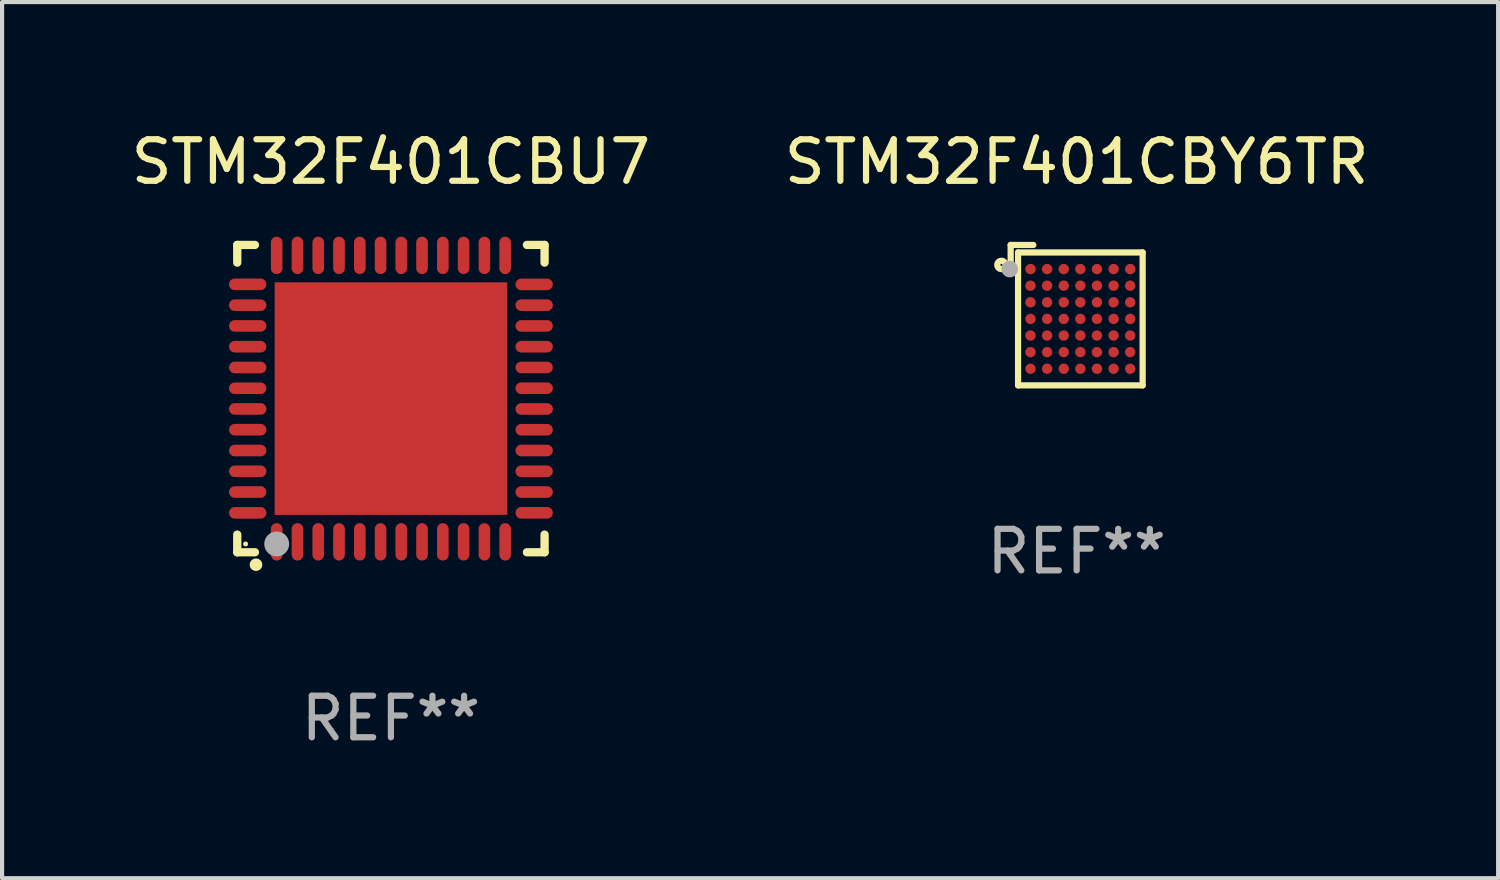
<source format=kicad_pcb>
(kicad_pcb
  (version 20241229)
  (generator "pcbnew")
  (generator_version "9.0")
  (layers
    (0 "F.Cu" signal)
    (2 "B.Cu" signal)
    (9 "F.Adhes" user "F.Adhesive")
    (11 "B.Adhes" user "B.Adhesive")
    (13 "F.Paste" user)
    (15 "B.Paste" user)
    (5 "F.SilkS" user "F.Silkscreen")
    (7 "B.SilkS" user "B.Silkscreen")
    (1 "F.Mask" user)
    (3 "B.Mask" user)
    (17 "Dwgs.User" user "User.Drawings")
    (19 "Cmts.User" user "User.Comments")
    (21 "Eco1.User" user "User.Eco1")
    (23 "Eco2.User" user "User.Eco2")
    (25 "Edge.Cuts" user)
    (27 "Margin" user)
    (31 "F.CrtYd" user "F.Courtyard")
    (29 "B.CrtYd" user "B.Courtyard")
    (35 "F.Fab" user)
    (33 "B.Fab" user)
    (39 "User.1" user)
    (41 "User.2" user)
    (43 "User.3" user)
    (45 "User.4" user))
  (footprint "STM32F401CBU7"
    (layer "F.Cu")
    (at 6.363 6.548)
    (property "Reference" "STM32F401CBU7" (at 0 -5.7 0) (layer "F.SilkS") (effects (font (size 1 1) (thickness 0.15))))
    (attr through_hole)
    (fp_line (start -3.7 -3.7) (end -3.275 -3.7) (stroke (width 0.2) (type solid)) (layer "F.SilkS"))
    (fp_line (start -3.7 -3.275) (end -3.7 -3.7) (stroke (width 0.2) (type solid)) (layer "F.SilkS"))
    (fp_line (start -3.7 3.7) (end -3.7 3.275) (stroke (width 0.2) (type solid)) (layer "F.SilkS"))
    (fp_line (start -3.275 3.7) (end -3.7 3.7) (stroke (width 0.2) (type solid)) (layer "F.SilkS"))
    (fp_line (start 3.7 -3.7) (end 3.275 -3.7) (stroke (width 0.2) (type solid)) (layer "F.SilkS"))
    (fp_line (start 3.7 -3.275) (end 3.7 -3.7) (stroke (width 0.2) (type solid)) (layer "F.SilkS"))
    (fp_line (start 3.7 3.275) (end 3.7 3.7) (stroke (width 0.2) (type solid)) (layer "F.SilkS"))
    (fp_line (start 3.7 3.7) (end 3.275 3.7) (stroke (width 0.2) (type solid)) (layer "F.SilkS"))
    (fp_arc (start -3.249936 3.999975) (mid -3.248666 3.99997) (end -3.247396 3.999975) (stroke (width 0.3) (type solid)) (layer "F.SilkS"))
    (fp_circle (center -3.5 3.5) (end -3.47 3.5) (stroke (width 0.06) (type solid)) (fill no) (layer "F.SilkS"))
    (fp_circle (center -2.75 3.5) (end -2.6 3.5) (stroke (width 0.3) (type solid)) (fill no) (layer "F.Fab"))
    (fp_text user "REF**" (at 0 7.7 0) (layer "F.Fab") (effects (font (size 1 1) (thickness 0.15))))
    (pad "1" smd oval (at -2.751 3.449) (size 0.28 0.9) (layers "F.Cu" "F.Mask" "F.Paste"))
    (pad "2" smd oval (at -2.25 3.449) (size 0.28 0.9) (layers "F.Cu" "F.Mask" "F.Paste"))
    (pad "3" smd oval (at -1.75 3.449) (size 0.28 0.9) (layers "F.Cu" "F.Mask" "F.Paste"))
    (pad "4" smd oval (at -1.25 3.449) (size 0.28 0.9) (layers "F.Cu" "F.Mask" "F.Paste"))
    (pad "5" smd oval (at -0.749 3.449) (size 0.28 0.9) (layers "F.Cu" "F.Mask" "F.Paste"))
    (pad "6" smd oval (at -0.249 3.449) (size 0.28 0.9) (layers "F.Cu" "F.Mask" "F.Paste"))
    (pad "7" smd oval (at 0.249 3.449) (size 0.28 0.9) (layers "F.Cu" "F.Mask" "F.Paste"))
    (pad "8" smd oval (at 0.749 3.449) (size 0.28 0.9) (layers "F.Cu" "F.Mask" "F.Paste"))
    (pad "9" smd oval (at 1.25 3.449) (size 0.28 0.9) (layers "F.Cu" "F.Mask" "F.Paste"))
    (pad "10" smd oval (at 1.75 3.449) (size 0.28 0.9) (layers "F.Cu" "F.Mask" "F.Paste"))
    (pad "11" smd oval (at 2.251 3.449) (size 0.28 0.9) (layers "F.Cu" "F.Mask" "F.Paste"))
    (pad "12" smd oval (at 2.751 3.449) (size 0.28 0.9) (layers "F.Cu" "F.Mask" "F.Paste"))
    (pad "13" smd oval (at 3.449 2.75) (size 0.9 0.28) (layers "F.Cu" "F.Mask" "F.Paste"))
    (pad "14" smd oval (at 3.449 2.25) (size 0.9 0.28) (layers "F.Cu" "F.Mask" "F.Paste"))
    (pad "15" smd oval (at 3.449 1.75) (size 0.9 0.28) (layers "F.Cu" "F.Mask" "F.Paste"))
    (pad "16" smd oval (at 3.449 1.25) (size 0.9 0.28) (layers "F.Cu" "F.Mask" "F.Paste"))
    (pad "17" smd oval (at 3.449 0.75) (size 0.9 0.28) (layers "F.Cu" "F.Mask" "F.Paste"))
    (pad "18" smd oval (at 3.449 0.25) (size 0.9 0.28) (layers "F.Cu" "F.Mask" "F.Paste"))
    (pad "19" smd oval (at 3.449 -0.25) (size 0.9 0.28) (layers "F.Cu" "F.Mask" "F.Paste"))
    (pad "20" smd oval (at 3.449 -0.75) (size 0.9 0.28) (layers "F.Cu" "F.Mask" "F.Paste"))
    (pad "21" smd oval (at 3.449 -1.25) (size 0.9 0.28) (layers "F.Cu" "F.Mask" "F.Paste"))
    (pad "22" smd oval (at 3.449 -1.75) (size 0.9 0.28) (layers "F.Cu" "F.Mask" "F.Paste"))
    (pad "23" smd oval (at 3.449 -2.25) (size 0.9 0.28) (layers "F.Cu" "F.Mask" "F.Paste"))
    (pad "24" smd oval (at 3.449 -2.75) (size 0.9 0.28) (layers "F.Cu" "F.Mask" "F.Paste"))
    (pad "25" smd oval (at 2.751 -3.449) (size 0.28 0.9) (layers "F.Cu" "F.Mask" "F.Paste"))
    (pad "26" smd oval (at 2.251 -3.449) (size 0.28 0.9) (layers "F.Cu" "F.Mask" "F.Paste"))
    (pad "27" smd oval (at 1.75 -3.449) (size 0.28 0.9) (layers "F.Cu" "F.Mask" "F.Paste"))
    (pad "28" smd oval (at 1.25 -3.449) (size 0.28 0.9) (layers "F.Cu" "F.Mask" "F.Paste"))
    (pad "29" smd oval (at 0.749 -3.449) (size 0.28 0.9) (layers "F.Cu" "F.Mask" "F.Paste"))
    (pad "30" smd oval (at 0.249 -3.449) (size 0.28 0.9) (layers "F.Cu" "F.Mask" "F.Paste"))
    (pad "31" smd oval (at -0.249 -3.449) (size 0.28 0.9) (layers "F.Cu" "F.Mask" "F.Paste"))
    (pad "32" smd oval (at -0.749 -3.449) (size 0.28 0.9) (layers "F.Cu" "F.Mask" "F.Paste"))
    (pad "33" smd oval (at -1.25 -3.449) (size 0.28 0.9) (layers "F.Cu" "F.Mask" "F.Paste"))
    (pad "34" smd oval (at -1.75 -3.449) (size 0.28 0.9) (layers "F.Cu" "F.Mask" "F.Paste"))
    (pad "35" smd oval (at -2.25 -3.449) (size 0.28 0.9) (layers "F.Cu" "F.Mask" "F.Paste"))
    (pad "36" smd oval (at -2.751 -3.449) (size 0.28 0.9) (layers "F.Cu" "F.Mask" "F.Paste"))
    (pad "37" smd oval (at -3.449 -2.751) (size 0.9 0.28) (layers "F.Cu" "F.Mask" "F.Paste"))
    (pad "38" smd oval (at -3.449 -2.25) (size 0.9 0.28) (layers "F.Cu" "F.Mask" "F.Paste"))
    (pad "39" smd oval (at -3.449 -1.75) (size 0.9 0.28) (layers "F.Cu" "F.Mask" "F.Paste"))
    (pad "40" smd oval (at -3.449 -1.25) (size 0.9 0.28) (layers "F.Cu" "F.Mask" "F.Paste"))
    (pad "41" smd oval (at -3.449 -0.749) (size 0.9 0.28) (layers "F.Cu" "F.Mask" "F.Paste"))
    (pad "42" smd oval (at -3.449 -0.249) (size 0.9 0.28) (layers "F.Cu" "F.Mask" "F.Paste"))
    (pad "43" smd oval (at -3.449 0.249) (size 0.9 0.28) (layers "F.Cu" "F.Mask" "F.Paste"))
    (pad "44" smd oval (at -3.449 0.749) (size 0.9 0.28) (layers "F.Cu" "F.Mask" "F.Paste"))
    (pad "45" smd oval (at -3.449 1.25) (size 0.9 0.28) (layers "F.Cu" "F.Mask" "F.Paste"))
    (pad "46" smd oval (at -3.449 1.75) (size 0.9 0.28) (layers "F.Cu" "F.Mask" "F.Paste"))
    (pad "47" smd oval (at -3.449 2.25) (size 0.9 0.28) (layers "F.Cu" "F.Mask" "F.Paste"))
    (pad "48" smd oval (at -3.449 2.751) (size 0.9 0.28) (layers "F.Cu" "F.Mask" "F.Paste"))
    (pad "49" smd rect (at 0.000076 -0.000025) (size 5.6 5.6) (layers "F.Cu" "F.Mask" "F.Paste")))
  (footprint "STM32F401CBY6TR"
    (layer "F.Cu")
    (at 22.875 4.539)
    (property "Reference" "STM32F401CBY6TR" (at 0 -3.69 0) (layer "F.SilkS") (effects (font (size 1 1) (thickness 0.15))))
    (attr through_hole)
    (fp_line (start -1.589 -1.69) (end -1.589 -1.18) (stroke (width 0.15) (type solid)) (layer "F.SilkS"))
    (fp_line (start -1.411 -1.51) (end -1.411 1.69) (stroke (width 0.15) (type solid)) (layer "F.SilkS"))
    (fp_line (start -1.411 1.69) (end 1.589 1.69) (stroke (width 0.15) (type solid)) (layer "F.SilkS"))
    (fp_line (start -1.411 -1.51) (end 1.589 -1.51) (stroke (width 0.15) (type solid)) (layer "F.SilkS"))
    (fp_line (start -1.043 -1.69) (end -1.589 -1.69) (stroke (width 0.15) (type solid)) (layer "F.SilkS"))
    (fp_line (start 1.589 -1.51) (end 1.589 1.69) (stroke (width 0.15) (type solid)) (layer "F.SilkS"))
    (fp_circle (center -1.811 -1.21) (end -1.711 -1.21) (stroke (width 0.15) (type solid)) (fill no) (layer "F.SilkS"))
    (fp_circle (center -1.411 -1.41) (end -1.381 -1.41) (stroke (width 0.06) (type solid)) (fill no) (layer "F.SilkS"))
    (fp_circle (center -1.611 -1.11) (end -1.511 -1.11) (stroke (width 0.2) (type solid)) (fill no) (layer "F.Fab"))
    (fp_text user "REF**" (at 0 5.69 0) (layer "F.Fab") (effects (font (size 1 1) (thickness 0.15))))
    (pad "A1" smd circle (at -1.111 -1.11) (size 0.25 0.25) (layers "F.Cu" "F.Mask" "F.Paste"))
    (pad "A2" smd circle (at -0.711 -1.11) (size 0.25 0.25) (layers "F.Cu" "F.Mask" "F.Paste"))
    (pad "A3" smd circle (at -0.311 -1.11) (size 0.25 0.25) (layers "F.Cu" "F.Mask" "F.Paste"))
    (pad "A4" smd circle (at 0.089 -1.11) (size 0.25 0.25) (layers "F.Cu" "F.Mask" "F.Paste"))
    (pad "A5" smd circle (at 0.489 -1.11) (size 0.25 0.25) (layers "F.Cu" "F.Mask" "F.Paste"))
    (pad "A6" smd circle (at 0.889 -1.11) (size 0.25 0.25) (layers "F.Cu" "F.Mask" "F.Paste"))
    (pad "A7" smd circle (at 1.289 -1.11) (size 0.25 0.25) (layers "F.Cu" "F.Mask" "F.Paste"))
    (pad "B1" smd circle (at -1.111 -0.71) (size 0.25 0.25) (layers "F.Cu" "F.Mask" "F.Paste"))
    (pad "B2" smd circle (at -0.711 -0.71) (size 0.25 0.25) (layers "F.Cu" "F.Mask" "F.Paste"))
    (pad "B3" smd circle (at -0.311 -0.71) (size 0.25 0.25) (layers "F.Cu" "F.Mask" "F.Paste"))
    (pad "B4" smd circle (at 0.089 -0.71) (size 0.25 0.25) (layers "F.Cu" "F.Mask" "F.Paste"))
    (pad "B5" smd circle (at 0.489 -0.71) (size 0.25 0.25) (layers "F.Cu" "F.Mask" "F.Paste"))
    (pad "B6" smd circle (at 0.889 -0.71) (size 0.25 0.25) (layers "F.Cu" "F.Mask" "F.Paste"))
    (pad "B7" smd circle (at 1.289 -0.71) (size 0.25 0.25) (layers "F.Cu" "F.Mask" "F.Paste"))
    (pad "C1" smd circle (at -1.111 -0.31) (size 0.25 0.25) (layers "F.Cu" "F.Mask" "F.Paste"))
    (pad "C2" smd circle (at -0.711 -0.31) (size 0.25 0.25) (layers "F.Cu" "F.Mask" "F.Paste"))
    (pad "C3" smd circle (at -0.311 -0.31) (size 0.25 0.25) (layers "F.Cu" "F.Mask" "F.Paste"))
    (pad "C4" smd circle (at 0.089 -0.31) (size 0.25 0.25) (layers "F.Cu" "F.Mask" "F.Paste"))
    (pad "C5" smd circle (at 0.489 -0.31) (size 0.25 0.25) (layers "F.Cu" "F.Mask" "F.Paste"))
    (pad "C6" smd circle (at 0.889 -0.31) (size 0.25 0.25) (layers "F.Cu" "F.Mask" "F.Paste"))
    (pad "C7" smd circle (at 1.289 -0.31) (size 0.25 0.25) (layers "F.Cu" "F.Mask" "F.Paste"))
    (pad "D1" smd circle (at -1.111 0.09) (size 0.25 0.25) (layers "F.Cu" "F.Mask" "F.Paste"))
    (pad "D2" smd circle (at -0.711 0.09) (size 0.25 0.25) (layers "F.Cu" "F.Mask" "F.Paste"))
    (pad "D3" smd circle (at -0.311 0.09) (size 0.25 0.25) (layers "F.Cu" "F.Mask" "F.Paste"))
    (pad "D4" smd circle (at 0.089 0.09) (size 0.25 0.25) (layers "F.Cu" "F.Mask" "F.Paste"))
    (pad "D5" smd circle (at 0.489 0.09) (size 0.25 0.25) (layers "F.Cu" "F.Mask" "F.Paste"))
    (pad "D6" smd circle (at 0.889 0.09) (size 0.25 0.25) (layers "F.Cu" "F.Mask" "F.Paste"))
    (pad "D7" smd circle (at 1.289 0.09) (size 0.25 0.25) (layers "F.Cu" "F.Mask" "F.Paste"))
    (pad "E1" smd circle (at -1.111 0.49) (size 0.25 0.25) (layers "F.Cu" "F.Mask" "F.Paste"))
    (pad "E2" smd circle (at -0.711 0.49) (size 0.25 0.25) (layers "F.Cu" "F.Mask" "F.Paste"))
    (pad "E3" smd circle (at -0.311 0.49) (size 0.25 0.25) (layers "F.Cu" "F.Mask" "F.Paste"))
    (pad "E4" smd circle (at 0.089 0.49) (size 0.25 0.25) (layers "F.Cu" "F.Mask" "F.Paste"))
    (pad "E5" smd circle (at 0.489 0.49) (size 0.25 0.25) (layers "F.Cu" "F.Mask" "F.Paste"))
    (pad "E6" smd circle (at 0.889 0.49) (size 0.25 0.25) (layers "F.Cu" "F.Mask" "F.Paste"))
    (pad "E7" smd circle (at 1.289 0.49) (size 0.25 0.25) (layers "F.Cu" "F.Mask" "F.Paste"))
    (pad "F1" smd circle (at -1.111 0.89) (size 0.25 0.25) (layers "F.Cu" "F.Mask" "F.Paste"))
    (pad "F2" smd circle (at -0.711 0.89) (size 0.25 0.25) (layers "F.Cu" "F.Mask" "F.Paste"))
    (pad "F3" smd circle (at -0.311 0.89) (size 0.25 0.25) (layers "F.Cu" "F.Mask" "F.Paste"))
    (pad "F4" smd circle (at 0.089 0.89) (size 0.25 0.25) (layers "F.Cu" "F.Mask" "F.Paste"))
    (pad "F5" smd circle (at 0.489 0.89) (size 0.25 0.25) (layers "F.Cu" "F.Mask" "F.Paste"))
    (pad "F6" smd circle (at 0.889 0.89) (size 0.25 0.25) (layers "F.Cu" "F.Mask" "F.Paste"))
    (pad "F7" smd circle (at 1.289 0.89) (size 0.25 0.25) (layers "F.Cu" "F.Mask" "F.Paste"))
    (pad "G1" smd circle (at -1.111 1.29) (size 0.25 0.25) (layers "F.Cu" "F.Mask" "F.Paste"))
    (pad "G2" smd circle (at -0.711 1.29) (size 0.25 0.25) (layers "F.Cu" "F.Mask" "F.Paste"))
    (pad "G3" smd circle (at -0.311 1.29) (size 0.25 0.25) (layers "F.Cu" "F.Mask" "F.Paste"))
    (pad "G4" smd circle (at 0.089 1.29) (size 0.25 0.25) (layers "F.Cu" "F.Mask" "F.Paste"))
    (pad "G5" smd circle (at 0.489 1.29) (size 0.25 0.25) (layers "F.Cu" "F.Mask" "F.Paste"))
    (pad "G6" smd circle (at 0.889 1.29) (size 0.25 0.25) (layers "F.Cu" "F.Mask" "F.Paste"))
    (pad "G7" smd circle (at 1.289 1.29) (size 0.25 0.25) (layers "F.Cu" "F.Mask" "F.Paste")))
  (gr_rect
    (start -3 -3)
    (end 33.024 18.097)
    (stroke (width 0.1) (type default))
    (fill no)
    (layer "Edge.Cuts")))
</source>
